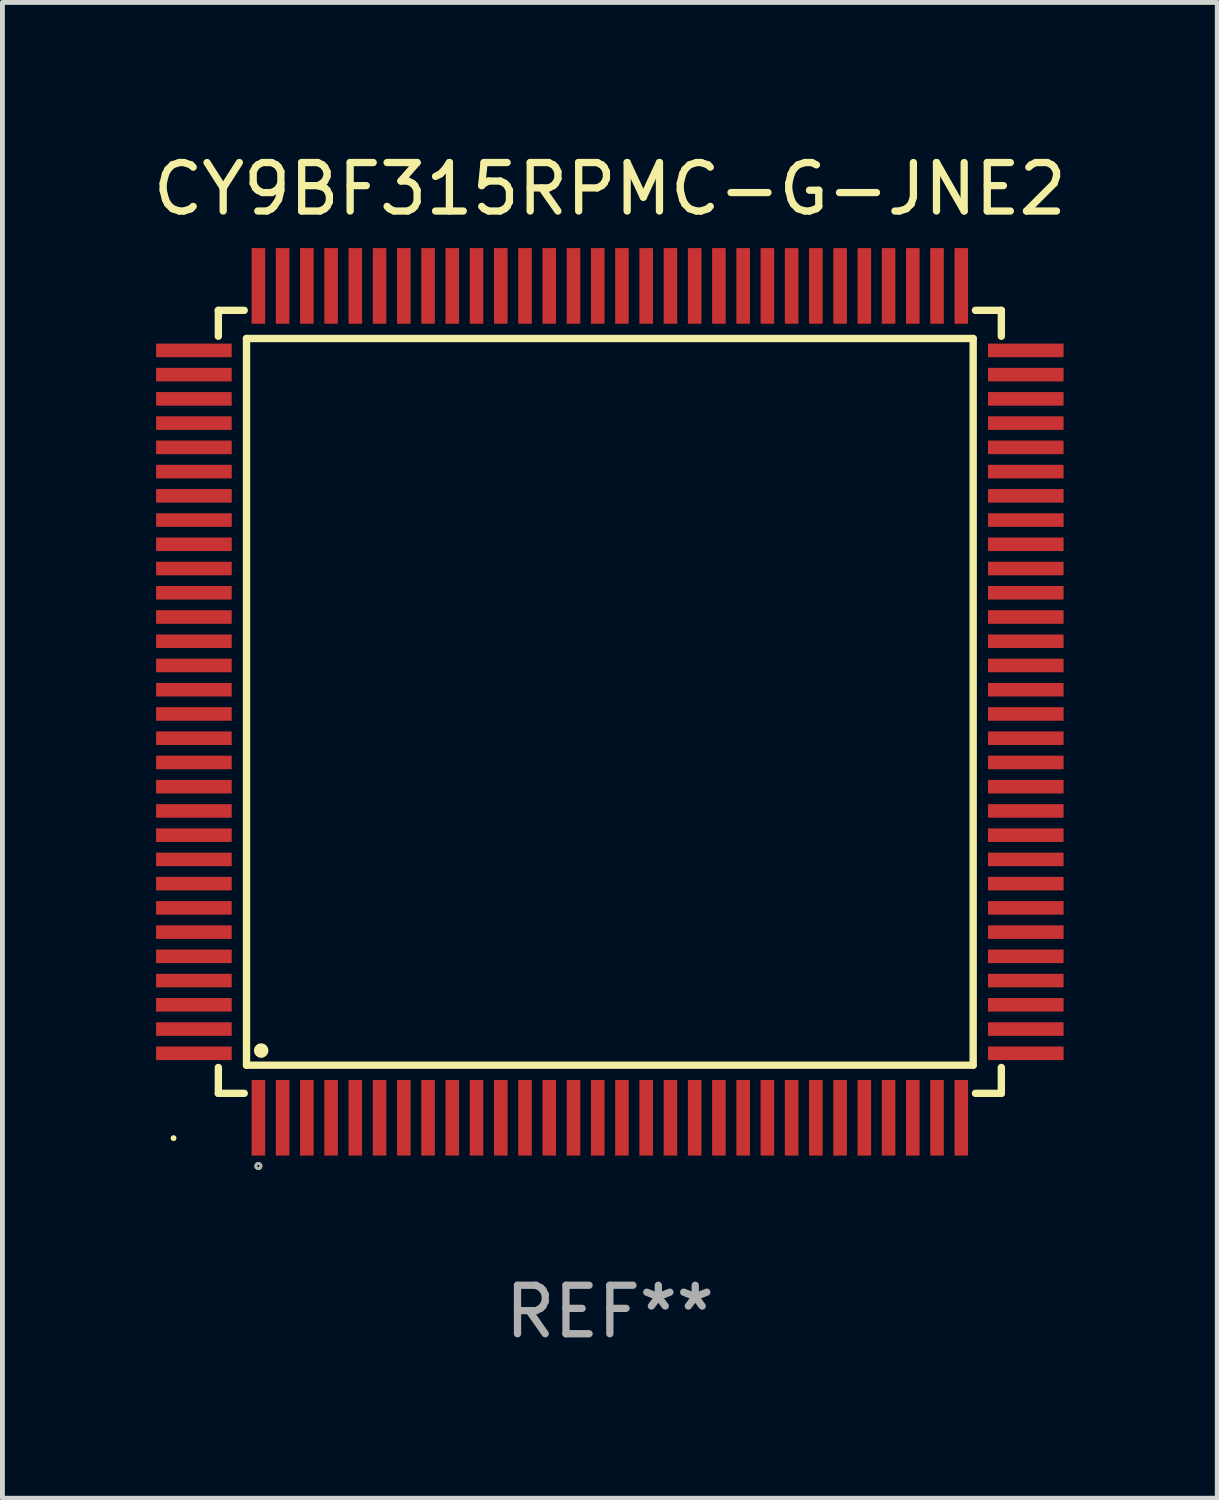
<source format=kicad_pcb>
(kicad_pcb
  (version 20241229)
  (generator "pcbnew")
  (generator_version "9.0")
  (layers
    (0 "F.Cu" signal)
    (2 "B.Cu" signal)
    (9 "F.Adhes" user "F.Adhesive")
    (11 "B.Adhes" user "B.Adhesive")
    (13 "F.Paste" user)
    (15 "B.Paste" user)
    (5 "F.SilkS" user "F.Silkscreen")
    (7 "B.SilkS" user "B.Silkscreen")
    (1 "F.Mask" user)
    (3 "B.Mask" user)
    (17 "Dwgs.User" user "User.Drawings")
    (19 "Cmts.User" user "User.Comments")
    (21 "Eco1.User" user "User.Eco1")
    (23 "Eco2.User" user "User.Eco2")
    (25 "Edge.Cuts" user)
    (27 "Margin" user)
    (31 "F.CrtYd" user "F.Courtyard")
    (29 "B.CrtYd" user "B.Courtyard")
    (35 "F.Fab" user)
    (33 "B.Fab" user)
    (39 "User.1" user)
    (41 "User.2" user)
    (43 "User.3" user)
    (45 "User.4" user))
  (footprint "CY9BF315RPMC-G-JNE2"
    (layer "F.Cu")
    (at 9.53 11.428)
    (property "Reference" "CY9BF315RPMC-G-JNE2" (at 0 -10.58 0) (layer "F.SilkS") (effects (font (size 1 1) (thickness 0.15))))
    (attr through_hole)
    (fp_line (start -8.076 -8.076) (end -8.076 -7.542) (stroke (width 0.152) (type solid)) (layer "F.SilkS"))
    (fp_line (start -8.076 8.076) (end -8.076 7.542) (stroke (width 0.152) (type solid)) (layer "F.SilkS"))
    (fp_line (start -7.542 -8.076) (end -8.076 -8.076) (stroke (width 0.152) (type solid)) (layer "F.SilkS"))
    (fp_line (start -7.542 8.076) (end -8.076 8.076) (stroke (width 0.152) (type solid)) (layer "F.SilkS"))
    (fp_line (start -7.495 -7.495) (end 7.495 -7.495) (stroke (width 0.152) (type solid)) (layer "F.SilkS"))
    (fp_line (start -7.495 7.495) (end -7.495 -7.495) (stroke (width 0.152) (type solid)) (layer "F.SilkS"))
    (fp_line (start 7.495 -7.495) (end 7.495 7.495) (stroke (width 0.152) (type solid)) (layer "F.SilkS"))
    (fp_line (start 7.495 7.495) (end -7.495 7.495) (stroke (width 0.152) (type solid)) (layer "F.SilkS"))
    (fp_line (start 7.542 -8.076) (end 8.076 -8.076) (stroke (width 0.152) (type solid)) (layer "F.SilkS"))
    (fp_line (start 7.542 8.076) (end 8.076 8.076) (stroke (width 0.152) (type solid)) (layer "F.SilkS"))
    (fp_line (start 8.076 -8.076) (end 8.076 -7.542) (stroke (width 0.152) (type solid)) (layer "F.SilkS"))
    (fp_line (start 8.076 8.076) (end 8.076 7.542) (stroke (width 0.152) (type solid)) (layer "F.SilkS"))
    (fp_circle (center -9 9) (end -8.97 9) (stroke (width 0.06) (type solid)) (fill no) (layer "F.SilkS"))
    (fp_circle (center -7.25 9.576) (end -7.223 9.576) (stroke (width 0.055) (type solid)) (fill no) (layer "F.SilkS"))
    (fp_circle (center -7.193 7.193) (end -7.118 7.193) (stroke (width 0.15) (type solid)) (fill no) (layer "F.SilkS"))
    (fp_circle (center -7.25 9.576) (end -7.223 9.576) (stroke (width 0.055) (type solid)) (fill no) (layer "F.Fab"))
    (fp_text user "REF**" (at 0 12.58 0) (layer "F.Fab") (effects (font (size 1 1) (thickness 0.15))))
    (pad "1" smd rect (at -7.25 8.58) (size 0.28 1.56) (layers "F.Cu" "F.Mask" "F.Paste"))
    (pad "2" smd rect (at -6.75 8.58) (size 0.28 1.56) (layers "F.Cu" "F.Mask" "F.Paste"))
    (pad "3" smd rect (at -6.25 8.58) (size 0.28 1.56) (layers "F.Cu" "F.Mask" "F.Paste"))
    (pad "4" smd rect (at -5.75 8.58) (size 0.28 1.56) (layers "F.Cu" "F.Mask" "F.Paste"))
    (pad "5" smd rect (at -5.25 8.58) (size 0.28 1.56) (layers "F.Cu" "F.Mask" "F.Paste"))
    (pad "6" smd rect (at -4.75 8.58) (size 0.28 1.56) (layers "F.Cu" "F.Mask" "F.Paste"))
    (pad "7" smd rect (at -4.25 8.58) (size 0.28 1.56) (layers "F.Cu" "F.Mask" "F.Paste"))
    (pad "8" smd rect (at -3.75 8.58) (size 0.28 1.56) (layers "F.Cu" "F.Mask" "F.Paste"))
    (pad "9" smd rect (at -3.25 8.58) (size 0.28 1.56) (layers "F.Cu" "F.Mask" "F.Paste"))
    (pad "10" smd rect (at -2.75 8.58) (size 0.28 1.56) (layers "F.Cu" "F.Mask" "F.Paste"))
    (pad "11" smd rect (at -2.25 8.58) (size 0.28 1.56) (layers "F.Cu" "F.Mask" "F.Paste"))
    (pad "12" smd rect (at -1.75 8.58) (size 0.28 1.56) (layers "F.Cu" "F.Mask" "F.Paste"))
    (pad "13" smd rect (at -1.25 8.58) (size 0.28 1.56) (layers "F.Cu" "F.Mask" "F.Paste"))
    (pad "14" smd rect (at -0.75 8.58) (size 0.28 1.56) (layers "F.Cu" "F.Mask" "F.Paste"))
    (pad "15" smd rect (at -0.25 8.58) (size 0.28 1.56) (layers "F.Cu" "F.Mask" "F.Paste"))
    (pad "16" smd rect (at 0.25 8.58) (size 0.28 1.56) (layers "F.Cu" "F.Mask" "F.Paste"))
    (pad "17" smd rect (at 0.75 8.58) (size 0.28 1.56) (layers "F.Cu" "F.Mask" "F.Paste"))
    (pad "18" smd rect (at 1.25 8.58) (size 0.28 1.56) (layers "F.Cu" "F.Mask" "F.Paste"))
    (pad "19" smd rect (at 1.75 8.58) (size 0.28 1.56) (layers "F.Cu" "F.Mask" "F.Paste"))
    (pad "20" smd rect (at 2.25 8.58) (size 0.28 1.56) (layers "F.Cu" "F.Mask" "F.Paste"))
    (pad "21" smd rect (at 2.75 8.58) (size 0.28 1.56) (layers "F.Cu" "F.Mask" "F.Paste"))
    (pad "22" smd rect (at 3.25 8.58) (size 0.28 1.56) (layers "F.Cu" "F.Mask" "F.Paste"))
    (pad "23" smd rect (at 3.75 8.58) (size 0.28 1.56) (layers "F.Cu" "F.Mask" "F.Paste"))
    (pad "24" smd rect (at 4.25 8.58) (size 0.28 1.56) (layers "F.Cu" "F.Mask" "F.Paste"))
    (pad "25" smd rect (at 4.75 8.58) (size 0.28 1.56) (layers "F.Cu" "F.Mask" "F.Paste"))
    (pad "26" smd rect (at 5.25 8.58) (size 0.28 1.56) (layers "F.Cu" "F.Mask" "F.Paste"))
    (pad "27" smd rect (at 5.75 8.58) (size 0.28 1.56) (layers "F.Cu" "F.Mask" "F.Paste"))
    (pad "28" smd rect (at 6.25 8.58) (size 0.28 1.56) (layers "F.Cu" "F.Mask" "F.Paste"))
    (pad "29" smd rect (at 6.75 8.58) (size 0.28 1.56) (layers "F.Cu" "F.Mask" "F.Paste"))
    (pad "30" smd rect (at 7.25 8.58) (size 0.28 1.56) (layers "F.Cu" "F.Mask" "F.Paste"))
    (pad "31" smd rect (at 8.58 7.25) (size 1.56 0.28) (layers "F.Cu" "F.Mask" "F.Paste"))
    (pad "32" smd rect (at 8.58 6.75) (size 1.56 0.28) (layers "F.Cu" "F.Mask" "F.Paste"))
    (pad "33" smd rect (at 8.58 6.25) (size 1.56 0.28) (layers "F.Cu" "F.Mask" "F.Paste"))
    (pad "34" smd rect (at 8.58 5.75) (size 1.56 0.28) (layers "F.Cu" "F.Mask" "F.Paste"))
    (pad "35" smd rect (at 8.58 5.25) (size 1.56 0.28) (layers "F.Cu" "F.Mask" "F.Paste"))
    (pad "36" smd rect (at 8.58 4.75) (size 1.56 0.28) (layers "F.Cu" "F.Mask" "F.Paste"))
    (pad "37" smd rect (at 8.58 4.25) (size 1.56 0.28) (layers "F.Cu" "F.Mask" "F.Paste"))
    (pad "38" smd rect (at 8.58 3.75) (size 1.56 0.28) (layers "F.Cu" "F.Mask" "F.Paste"))
    (pad "39" smd rect (at 8.58 3.25) (size 1.56 0.28) (layers "F.Cu" "F.Mask" "F.Paste"))
    (pad "40" smd rect (at 8.58 2.75) (size 1.56 0.28) (layers "F.Cu" "F.Mask" "F.Paste"))
    (pad "41" smd rect (at 8.58 2.25) (size 1.56 0.28) (layers "F.Cu" "F.Mask" "F.Paste"))
    (pad "42" smd rect (at 8.58 1.75) (size 1.56 0.28) (layers "F.Cu" "F.Mask" "F.Paste"))
    (pad "43" smd rect (at 8.58 1.25) (size 1.56 0.28) (layers "F.Cu" "F.Mask" "F.Paste"))
    (pad "44" smd rect (at 8.58 0.75) (size 1.56 0.28) (layers "F.Cu" "F.Mask" "F.Paste"))
    (pad "45" smd rect (at 8.58 0.25) (size 1.56 0.28) (layers "F.Cu" "F.Mask" "F.Paste"))
    (pad "46" smd rect (at 8.58 -0.25) (size 1.56 0.28) (layers "F.Cu" "F.Mask" "F.Paste"))
    (pad "47" smd rect (at 8.58 -0.75) (size 1.56 0.28) (layers "F.Cu" "F.Mask" "F.Paste"))
    (pad "48" smd rect (at 8.58 -1.25) (size 1.56 0.28) (layers "F.Cu" "F.Mask" "F.Paste"))
    (pad "49" smd rect (at 8.58 -1.75) (size 1.56 0.28) (layers "F.Cu" "F.Mask" "F.Paste"))
    (pad "50" smd rect (at 8.58 -2.25) (size 1.56 0.28) (layers "F.Cu" "F.Mask" "F.Paste"))
    (pad "51" smd rect (at 8.58 -2.75) (size 1.56 0.28) (layers "F.Cu" "F.Mask" "F.Paste"))
    (pad "52" smd rect (at 8.58 -3.25) (size 1.56 0.28) (layers "F.Cu" "F.Mask" "F.Paste"))
    (pad "53" smd rect (at 8.58 -3.75) (size 1.56 0.28) (layers "F.Cu" "F.Mask" "F.Paste"))
    (pad "54" smd rect (at 8.58 -4.25) (size 1.56 0.28) (layers "F.Cu" "F.Mask" "F.Paste"))
    (pad "55" smd rect (at 8.58 -4.75) (size 1.56 0.28) (layers "F.Cu" "F.Mask" "F.Paste"))
    (pad "56" smd rect (at 8.58 -5.25) (size 1.56 0.28) (layers "F.Cu" "F.Mask" "F.Paste"))
    (pad "57" smd rect (at 8.58 -5.75) (size 1.56 0.28) (layers "F.Cu" "F.Mask" "F.Paste"))
    (pad "58" smd rect (at 8.58 -6.25) (size 1.56 0.28) (layers "F.Cu" "F.Mask" "F.Paste"))
    (pad "59" smd rect (at 8.58 -6.75) (size 1.56 0.28) (layers "F.Cu" "F.Mask" "F.Paste"))
    (pad "60" smd rect (at 8.58 -7.25) (size 1.56 0.28) (layers "F.Cu" "F.Mask" "F.Paste"))
    (pad "61" smd rect (at 7.25 -8.58) (size 0.28 1.56) (layers "F.Cu" "F.Mask" "F.Paste"))
    (pad "62" smd rect (at 6.75 -8.58) (size 0.28 1.56) (layers "F.Cu" "F.Mask" "F.Paste"))
    (pad "63" smd rect (at 6.25 -8.58) (size 0.28 1.56) (layers "F.Cu" "F.Mask" "F.Paste"))
    (pad "64" smd rect (at 5.75 -8.58) (size 0.28 1.56) (layers "F.Cu" "F.Mask" "F.Paste"))
    (pad "65" smd rect (at 5.25 -8.58) (size 0.28 1.56) (layers "F.Cu" "F.Mask" "F.Paste"))
    (pad "66" smd rect (at 4.75 -8.58) (size 0.28 1.56) (layers "F.Cu" "F.Mask" "F.Paste"))
    (pad "67" smd rect (at 4.25 -8.58) (size 0.28 1.56) (layers "F.Cu" "F.Mask" "F.Paste"))
    (pad "68" smd rect (at 3.75 -8.58) (size 0.28 1.56) (layers "F.Cu" "F.Mask" "F.Paste"))
    (pad "69" smd rect (at 3.25 -8.58) (size 0.28 1.56) (layers "F.Cu" "F.Mask" "F.Paste"))
    (pad "70" smd rect (at 2.75 -8.58) (size 0.28 1.56) (layers "F.Cu" "F.Mask" "F.Paste"))
    (pad "71" smd rect (at 2.25 -8.58) (size 0.28 1.56) (layers "F.Cu" "F.Mask" "F.Paste"))
    (pad "72" smd rect (at 1.75 -8.58) (size 0.28 1.56) (layers "F.Cu" "F.Mask" "F.Paste"))
    (pad "73" smd rect (at 1.25 -8.58) (size 0.28 1.56) (layers "F.Cu" "F.Mask" "F.Paste"))
    (pad "74" smd rect (at 0.75 -8.58) (size 0.28 1.56) (layers "F.Cu" "F.Mask" "F.Paste"))
    (pad "75" smd rect (at 0.25 -8.58) (size 0.28 1.56) (layers "F.Cu" "F.Mask" "F.Paste"))
    (pad "76" smd rect (at -0.25 -8.58) (size 0.28 1.56) (layers "F.Cu" "F.Mask" "F.Paste"))
    (pad "77" smd rect (at -0.75 -8.58) (size 0.28 1.56) (layers "F.Cu" "F.Mask" "F.Paste"))
    (pad "78" smd rect (at -1.25 -8.58) (size 0.28 1.56) (layers "F.Cu" "F.Mask" "F.Paste"))
    (pad "79" smd rect (at -1.75 -8.58) (size 0.28 1.56) (layers "F.Cu" "F.Mask" "F.Paste"))
    (pad "80" smd rect (at -2.25 -8.58) (size 0.28 1.56) (layers "F.Cu" "F.Mask" "F.Paste"))
    (pad "81" smd rect (at -2.75 -8.58) (size 0.28 1.56) (layers "F.Cu" "F.Mask" "F.Paste"))
    (pad "82" smd rect (at -3.25 -8.58) (size 0.28 1.56) (layers "F.Cu" "F.Mask" "F.Paste"))
    (pad "83" smd rect (at -3.75 -8.58) (size 0.28 1.56) (layers "F.Cu" "F.Mask" "F.Paste"))
    (pad "84" smd rect (at -4.25 -8.58) (size 0.28 1.56) (layers "F.Cu" "F.Mask" "F.Paste"))
    (pad "85" smd rect (at -4.75 -8.58) (size 0.28 1.56) (layers "F.Cu" "F.Mask" "F.Paste"))
    (pad "86" smd rect (at -5.25 -8.58) (size 0.28 1.56) (layers "F.Cu" "F.Mask" "F.Paste"))
    (pad "87" smd rect (at -5.75 -8.58) (size 0.28 1.56) (layers "F.Cu" "F.Mask" "F.Paste"))
    (pad "88" smd rect (at -6.25 -8.58) (size 0.28 1.56) (layers "F.Cu" "F.Mask" "F.Paste"))
    (pad "89" smd rect (at -6.75 -8.58) (size 0.28 1.56) (layers "F.Cu" "F.Mask" "F.Paste"))
    (pad "90" smd rect (at -7.25 -8.58) (size 0.28 1.56) (layers "F.Cu" "F.Mask" "F.Paste"))
    (pad "91" smd rect (at -8.58 -7.25) (size 1.56 0.28) (layers "F.Cu" "F.Mask" "F.Paste"))
    (pad "92" smd rect (at -8.58 -6.75) (size 1.56 0.28) (layers "F.Cu" "F.Mask" "F.Paste"))
    (pad "93" smd rect (at -8.58 -6.25) (size 1.56 0.28) (layers "F.Cu" "F.Mask" "F.Paste"))
    (pad "94" smd rect (at -8.58 -5.75) (size 1.56 0.28) (layers "F.Cu" "F.Mask" "F.Paste"))
    (pad "95" smd rect (at -8.58 -5.25) (size 1.56 0.28) (layers "F.Cu" "F.Mask" "F.Paste"))
    (pad "96" smd rect (at -8.58 -4.75) (size 1.56 0.28) (layers "F.Cu" "F.Mask" "F.Paste"))
    (pad "97" smd rect (at -8.58 -4.25) (size 1.56 0.28) (layers "F.Cu" "F.Mask" "F.Paste"))
    (pad "98" smd rect (at -8.58 -3.75) (size 1.56 0.28) (layers "F.Cu" "F.Mask" "F.Paste"))
    (pad "99" smd rect (at -8.58 -3.25) (size 1.56 0.28) (layers "F.Cu" "F.Mask" "F.Paste"))
    (pad "100" smd rect (at -8.58 -2.75) (size 1.56 0.28) (layers "F.Cu" "F.Mask" "F.Paste"))
    (pad "101" smd rect (at -8.58 -2.25) (size 1.56 0.28) (layers "F.Cu" "F.Mask" "F.Paste"))
    (pad "102" smd rect (at -8.58 -1.75) (size 1.56 0.28) (layers "F.Cu" "F.Mask" "F.Paste"))
    (pad "103" smd rect (at -8.58 -1.25) (size 1.56 0.28) (layers "F.Cu" "F.Mask" "F.Paste"))
    (pad "104" smd rect (at -8.58 -0.75) (size 1.56 0.28) (layers "F.Cu" "F.Mask" "F.Paste"))
    (pad "105" smd rect (at -8.58 -0.25) (size 1.56 0.28) (layers "F.Cu" "F.Mask" "F.Paste"))
    (pad "106" smd rect (at -8.58 0.25) (size 1.56 0.28) (layers "F.Cu" "F.Mask" "F.Paste"))
    (pad "107" smd rect (at -8.58 0.75) (size 1.56 0.28) (layers "F.Cu" "F.Mask" "F.Paste"))
    (pad "108" smd rect (at -8.58 1.25) (size 1.56 0.28) (layers "F.Cu" "F.Mask" "F.Paste"))
    (pad "109" smd rect (at -8.58 1.75) (size 1.56 0.28) (layers "F.Cu" "F.Mask" "F.Paste"))
    (pad "110" smd rect (at -8.58 2.25) (size 1.56 0.28) (layers "F.Cu" "F.Mask" "F.Paste"))
    (pad "111" smd rect (at -8.58 2.75) (size 1.56 0.28) (layers "F.Cu" "F.Mask" "F.Paste"))
    (pad "112" smd rect (at -8.58 3.25) (size 1.56 0.28) (layers "F.Cu" "F.Mask" "F.Paste"))
    (pad "113" smd rect (at -8.58 3.75) (size 1.56 0.28) (layers "F.Cu" "F.Mask" "F.Paste"))
    (pad "114" smd rect (at -8.58 4.25) (size 1.56 0.28) (layers "F.Cu" "F.Mask" "F.Paste"))
    (pad "115" smd rect (at -8.58 4.75) (size 1.56 0.28) (layers "F.Cu" "F.Mask" "F.Paste"))
    (pad "116" smd rect (at -8.58 5.25) (size 1.56 0.28) (layers "F.Cu" "F.Mask" "F.Paste"))
    (pad "117" smd rect (at -8.58 5.75) (size 1.56 0.28) (layers "F.Cu" "F.Mask" "F.Paste"))
    (pad "118" smd rect (at -8.58 6.25) (size 1.56 0.28) (layers "F.Cu" "F.Mask" "F.Paste"))
    (pad "119" smd rect (at -8.58 6.75) (size 1.56 0.28) (layers "F.Cu" "F.Mask" "F.Paste"))
    (pad "120" smd rect (at -8.58 7.25) (size 1.56 0.28) (layers "F.Cu" "F.Mask" "F.Paste")))
  (gr_rect
    (start -3 -3)
    (end 22.06 27.856)
    (stroke (width 0.1) (type default))
    (fill no)
    (layer "Edge.Cuts")))
</source>
